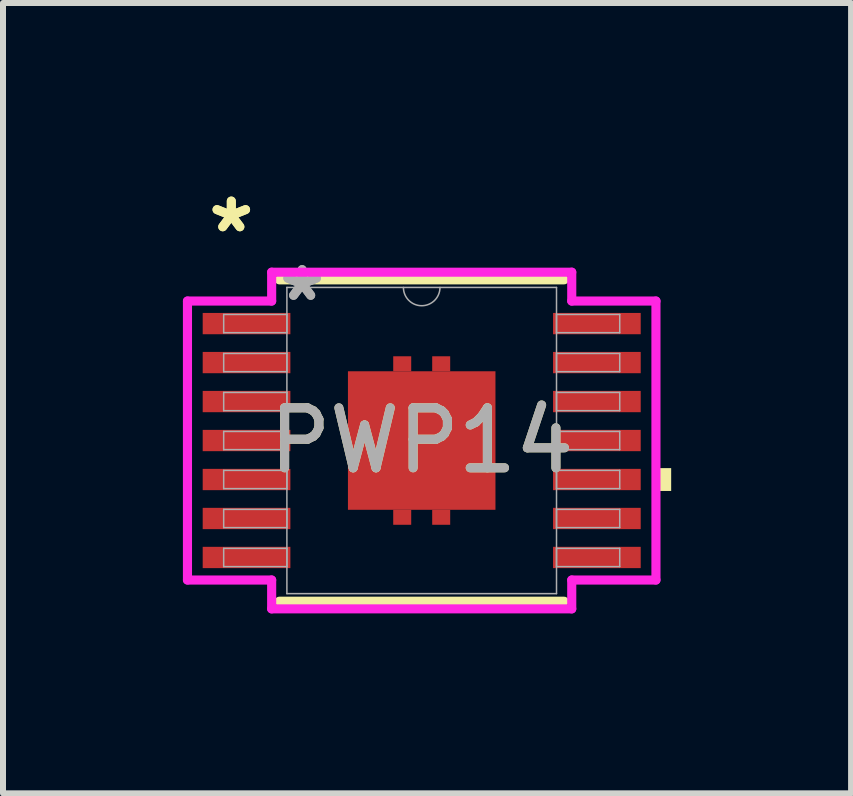
<source format=kicad_pcb>
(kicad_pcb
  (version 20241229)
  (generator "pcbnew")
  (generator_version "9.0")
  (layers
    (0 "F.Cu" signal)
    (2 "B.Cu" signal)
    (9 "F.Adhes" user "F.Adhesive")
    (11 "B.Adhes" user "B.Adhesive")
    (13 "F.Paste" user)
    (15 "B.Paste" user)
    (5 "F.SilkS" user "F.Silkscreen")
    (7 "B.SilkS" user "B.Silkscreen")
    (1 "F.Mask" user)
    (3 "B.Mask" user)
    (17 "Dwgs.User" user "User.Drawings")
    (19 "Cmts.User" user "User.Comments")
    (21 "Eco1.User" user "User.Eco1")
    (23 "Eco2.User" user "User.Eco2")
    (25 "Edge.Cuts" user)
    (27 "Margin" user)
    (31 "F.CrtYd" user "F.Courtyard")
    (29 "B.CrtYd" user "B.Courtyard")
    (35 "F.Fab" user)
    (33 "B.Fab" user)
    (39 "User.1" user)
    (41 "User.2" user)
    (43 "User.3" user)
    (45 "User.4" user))
  (footprint "PWP14"
    (layer "F.Cu")
    (at 3.982 4.296)
    (property "Reference" "PWP14" (at 0 0 0) (unlocked yes) (layer "F.SilkS") (effects (font (size 1 1) (thickness 0.15))))
    (attr smd)
    (fp_poly (pts (xy -0.175 -1.155) (xy -0.175 -1.405) (xy -0.475 -1.405) (xy -0.475 -1.155)) (stroke (width 0) (type solid)) (fill yes) (layer "F.Cu"))
    (fp_poly (pts (xy -0.175 1.155) (xy -0.175 1.405) (xy -0.475 1.405) (xy -0.475 1.155)) (stroke (width 0) (type solid)) (fill yes) (layer "F.Cu"))
    (fp_poly (pts (xy 0.175 -1.155) (xy 0.175 -1.405) (xy 0.475 -1.405) (xy 0.475 -1.155)) (stroke (width 0) (type solid)) (fill yes) (layer "F.Cu"))
    (fp_poly (pts (xy 0.175 1.155) (xy 0.175 1.405) (xy 0.475 1.405) (xy 0.475 1.155)) (stroke (width 0) (type solid)) (fill yes) (layer "F.Cu"))
    (fp_poly (pts (xy -0.175 -1.155) (xy -0.175 -1.405) (xy -0.475 -1.405) (xy -0.475 -1.155)) (stroke (width 0) (type solid)) (fill yes) (layer "F.Mask"))
    (fp_poly (pts (xy -0.175 1.155) (xy -0.175 1.405) (xy -0.475 1.405) (xy -0.475 1.155)) (stroke (width 0) (type solid)) (fill yes) (layer "F.Mask"))
    (fp_poly (pts (xy 0.175 -1.155) (xy 0.175 -1.405) (xy 0.475 -1.405) (xy 0.475 -1.155)) (stroke (width 0) (type solid)) (fill yes) (layer "F.Mask"))
    (fp_poly (pts (xy 0.175 1.155) (xy 0.175 1.405) (xy 0.475 1.405) (xy 0.475 1.155)) (stroke (width 0) (type solid)) (fill yes) (layer "F.Mask"))
    (fp_line (start -2.375 2.68) (end 2.375 2.68) (stroke (width 0.152) (type solid)) (layer "F.SilkS"))
    (fp_line (start 2.375 -2.68) (end -2.375 -2.68) (stroke (width 0.152) (type solid)) (layer "F.SilkS"))
    (fp_poly (pts (xy 4.16 0.46) (xy 4.16 0.841) (xy 3.906 0.841) (xy 3.906 0.46)) (stroke (width 0) (type solid)) (fill yes) (layer "F.SilkS"))
    (fp_line (start -3.906 -2.326) (end -2.502 -2.326) (stroke (width 0.152) (type solid)) (layer "F.CrtYd"))
    (fp_line (start -3.906 2.326) (end -3.906 -2.326) (stroke (width 0.152) (type solid)) (layer "F.CrtYd"))
    (fp_line (start -3.906 2.326) (end -2.502 2.326) (stroke (width 0.152) (type solid)) (layer "F.CrtYd"))
    (fp_line (start -2.502 -2.807) (end 2.502 -2.807) (stroke (width 0.152) (type solid)) (layer "F.CrtYd"))
    (fp_line (start -2.502 -2.326) (end -2.502 -2.807) (stroke (width 0.152) (type solid)) (layer "F.CrtYd"))
    (fp_line (start -2.502 2.807) (end -2.502 2.326) (stroke (width 0.152) (type solid)) (layer "F.CrtYd"))
    (fp_line (start 2.502 -2.807) (end 2.502 -2.326) (stroke (width 0.152) (type solid)) (layer "F.CrtYd"))
    (fp_line (start 2.502 2.326) (end 2.502 2.807) (stroke (width 0.152) (type solid)) (layer "F.CrtYd"))
    (fp_line (start 2.502 2.807) (end -2.502 2.807) (stroke (width 0.152) (type solid)) (layer "F.CrtYd"))
    (fp_line (start 3.906 -2.326) (end 2.502 -2.326) (stroke (width 0.152) (type solid)) (layer "F.CrtYd"))
    (fp_line (start 3.906 -2.326) (end 3.906 2.326) (stroke (width 0.152) (type solid)) (layer "F.CrtYd"))
    (fp_line (start 3.906 2.326) (end 2.502 2.326) (stroke (width 0.152) (type solid)) (layer "F.CrtYd"))
    (fp_line (start -3.302 -2.102) (end -3.302 -1.798) (stroke (width 0.025) (type solid)) (layer "F.Fab"))
    (fp_line (start -3.302 -1.798) (end -2.248 -1.798) (stroke (width 0.025) (type solid)) (layer "F.Fab"))
    (fp_line (start -3.302 -1.452) (end -3.302 -1.148) (stroke (width 0.025) (type solid)) (layer "F.Fab"))
    (fp_line (start -3.302 -1.148) (end -2.248 -1.148) (stroke (width 0.025) (type solid)) (layer "F.Fab"))
    (fp_line (start -3.302 -0.802) (end -3.302 -0.498) (stroke (width 0.025) (type solid)) (layer "F.Fab"))
    (fp_line (start -3.302 -0.498) (end -2.248 -0.498) (stroke (width 0.025) (type solid)) (layer "F.Fab"))
    (fp_line (start -3.302 -0.152) (end -3.302 0.152) (stroke (width 0.025) (type solid)) (layer "F.Fab"))
    (fp_line (start -3.302 0.152) (end -2.248 0.152) (stroke (width 0.025) (type solid)) (layer "F.Fab"))
    (fp_line (start -3.302 0.498) (end -3.302 0.802) (stroke (width 0.025) (type solid)) (layer "F.Fab"))
    (fp_line (start -3.302 0.802) (end -2.248 0.802) (stroke (width 0.025) (type solid)) (layer "F.Fab"))
    (fp_line (start -3.302 1.148) (end -3.302 1.452) (stroke (width 0.025) (type solid)) (layer "F.Fab"))
    (fp_line (start -3.302 1.452) (end -2.248 1.452) (stroke (width 0.025) (type solid)) (layer "F.Fab"))
    (fp_line (start -3.302 1.798) (end -3.302 2.102) (stroke (width 0.025) (type solid)) (layer "F.Fab"))
    (fp_line (start -3.302 2.102) (end -2.248 2.102) (stroke (width 0.025) (type solid)) (layer "F.Fab"))
    (fp_line (start -2.248 -2.553) (end -2.248 2.553) (stroke (width 0.025) (type solid)) (layer "F.Fab"))
    (fp_line (start -2.248 -2.102) (end -3.302 -2.102) (stroke (width 0.025) (type solid)) (layer "F.Fab"))
    (fp_line (start -2.248 -1.798) (end -2.248 -2.102) (stroke (width 0.025) (type solid)) (layer "F.Fab"))
    (fp_line (start -2.248 -1.452) (end -3.302 -1.452) (stroke (width 0.025) (type solid)) (layer "F.Fab"))
    (fp_line (start -2.248 -1.148) (end -2.248 -1.452) (stroke (width 0.025) (type solid)) (layer "F.Fab"))
    (fp_line (start -2.248 -0.802) (end -3.302 -0.802) (stroke (width 0.025) (type solid)) (layer "F.Fab"))
    (fp_line (start -2.248 -0.498) (end -2.248 -0.802) (stroke (width 0.025) (type solid)) (layer "F.Fab"))
    (fp_line (start -2.248 -0.152) (end -3.302 -0.152) (stroke (width 0.025) (type solid)) (layer "F.Fab"))
    (fp_line (start -2.248 0.152) (end -2.248 -0.152) (stroke (width 0.025) (type solid)) (layer "F.Fab"))
    (fp_line (start -2.248 0.498) (end -3.302 0.498) (stroke (width 0.025) (type solid)) (layer "F.Fab"))
    (fp_line (start -2.248 0.802) (end -2.248 0.498) (stroke (width 0.025) (type solid)) (layer "F.Fab"))
    (fp_line (start -2.248 1.148) (end -3.302 1.148) (stroke (width 0.025) (type solid)) (layer "F.Fab"))
    (fp_line (start -2.248 1.452) (end -2.248 1.148) (stroke (width 0.025) (type solid)) (layer "F.Fab"))
    (fp_line (start -2.248 1.798) (end -3.302 1.798) (stroke (width 0.025) (type solid)) (layer "F.Fab"))
    (fp_line (start -2.248 2.102) (end -2.248 1.798) (stroke (width 0.025) (type solid)) (layer "F.Fab"))
    (fp_line (start -2.248 2.553) (end 2.248 2.553) (stroke (width 0.025) (type solid)) (layer "F.Fab"))
    (fp_line (start 2.248 -2.553) (end -2.248 -2.553) (stroke (width 0.025) (type solid)) (layer "F.Fab"))
    (fp_line (start 2.248 -2.102) (end 2.248 -1.798) (stroke (width 0.025) (type solid)) (layer "F.Fab"))
    (fp_line (start 2.248 -1.798) (end 3.302 -1.798) (stroke (width 0.025) (type solid)) (layer "F.Fab"))
    (fp_line (start 2.248 -1.452) (end 2.248 -1.148) (stroke (width 0.025) (type solid)) (layer "F.Fab"))
    (fp_line (start 2.248 -1.148) (end 3.302 -1.148) (stroke (width 0.025) (type solid)) (layer "F.Fab"))
    (fp_line (start 2.248 -0.802) (end 2.248 -0.498) (stroke (width 0.025) (type solid)) (layer "F.Fab"))
    (fp_line (start 2.248 -0.498) (end 3.302 -0.498) (stroke (width 0.025) (type solid)) (layer "F.Fab"))
    (fp_line (start 2.248 -0.152) (end 2.248 0.152) (stroke (width 0.025) (type solid)) (layer "F.Fab"))
    (fp_line (start 2.248 0.152) (end 3.302 0.152) (stroke (width 0.025) (type solid)) (layer "F.Fab"))
    (fp_line (start 2.248 0.498) (end 2.248 0.802) (stroke (width 0.025) (type solid)) (layer "F.Fab"))
    (fp_line (start 2.248 0.802) (end 3.302 0.802) (stroke (width 0.025) (type solid)) (layer "F.Fab"))
    (fp_line (start 2.248 1.148) (end 2.248 1.452) (stroke (width 0.025) (type solid)) (layer "F.Fab"))
    (fp_line (start 2.248 1.452) (end 3.302 1.452) (stroke (width 0.025) (type solid)) (layer "F.Fab"))
    (fp_line (start 2.248 1.798) (end 2.248 2.102) (stroke (width 0.025) (type solid)) (layer "F.Fab"))
    (fp_line (start 2.248 2.102) (end 3.302 2.102) (stroke (width 0.025) (type solid)) (layer "F.Fab"))
    (fp_line (start 2.248 2.553) (end 2.248 -2.553) (stroke (width 0.025) (type solid)) (layer "F.Fab"))
    (fp_line (start 3.302 -2.102) (end 2.248 -2.102) (stroke (width 0.025) (type solid)) (layer "F.Fab"))
    (fp_line (start 3.302 -1.798) (end 3.302 -2.102) (stroke (width 0.025) (type solid)) (layer "F.Fab"))
    (fp_line (start 3.302 -1.452) (end 2.248 -1.452) (stroke (width 0.025) (type solid)) (layer "F.Fab"))
    (fp_line (start 3.302 -1.148) (end 3.302 -1.452) (stroke (width 0.025) (type solid)) (layer "F.Fab"))
    (fp_line (start 3.302 -0.802) (end 2.248 -0.802) (stroke (width 0.025) (type solid)) (layer "F.Fab"))
    (fp_line (start 3.302 -0.498) (end 3.302 -0.802) (stroke (width 0.025) (type solid)) (layer "F.Fab"))
    (fp_line (start 3.302 -0.152) (end 2.248 -0.152) (stroke (width 0.025) (type solid)) (layer "F.Fab"))
    (fp_line (start 3.302 0.152) (end 3.302 -0.152) (stroke (width 0.025) (type solid)) (layer "F.Fab"))
    (fp_line (start 3.302 0.498) (end 2.248 0.498) (stroke (width 0.025) (type solid)) (layer "F.Fab"))
    (fp_line (start 3.302 0.802) (end 3.302 0.498) (stroke (width 0.025) (type solid)) (layer "F.Fab"))
    (fp_line (start 3.302 1.148) (end 2.248 1.148) (stroke (width 0.025) (type solid)) (layer "F.Fab"))
    (fp_line (start 3.302 1.452) (end 3.302 1.148) (stroke (width 0.025) (type solid)) (layer "F.Fab"))
    (fp_line (start 3.302 1.798) (end 2.248 1.798) (stroke (width 0.025) (type solid)) (layer "F.Fab"))
    (fp_line (start 3.302 2.102) (end 3.302 1.798) (stroke (width 0.025) (type solid)) (layer "F.Fab"))
    (fp_arc (start 0.3048 -2.5527) (mid 0 -2.2479) (end -0.3048 -2.5527) (stroke (width 0.0254) (type solid)) (layer "F.Fab"))
    (fp_text user "*" (at -3.175 -3.448 0) (layer "F.SilkS") (effects (font (size 1 1) (thickness 0.15))))
    (fp_text user "*" (at -3.175 -3.448 0) (unlocked yes) (layer "F.SilkS") (effects (font (size 1 1) (thickness 0.15))))
    (fp_text user "${REFERENCE}" (at 0 0 0) (unlocked yes) (layer "F.Fab") (effects (font (size 1 1) (thickness 0.15))))
    (fp_text user "*" (at -1.994 -2.305 0) (unlocked yes) (layer "F.Fab") (effects (font (size 1 1) (thickness 0.15))))
    (fp_text user "*" (at -1.994 -2.305 0) (layer "F.Fab") (effects (font (size 1 1) (thickness 0.15))))
    (pad "1" smd rect (at -2.921 -1.95) (size 1.462 0.355) (layers "F.Cu" "F.Mask" "F.Paste"))
    (pad "2" smd rect (at -2.921 -1.3) (size 1.462 0.355) (layers "F.Cu" "F.Mask" "F.Paste"))
    (pad "3" smd rect (at -2.921 -0.65) (size 1.462 0.355) (layers "F.Cu" "F.Mask" "F.Paste"))
    (pad "4" smd rect (at -2.921 0) (size 1.462 0.355) (layers "F.Cu" "F.Mask" "F.Paste"))
    (pad "5" smd rect (at -2.921 0.65) (size 1.462 0.355) (layers "F.Cu" "F.Mask" "F.Paste"))
    (pad "6" smd rect (at -2.921 1.3) (size 1.462 0.355) (layers "F.Cu" "F.Mask" "F.Paste"))
    (pad "7" smd rect (at -2.921 1.95) (size 1.462 0.355) (layers "F.Cu" "F.Mask" "F.Paste"))
    (pad "8" smd rect (at 2.921 1.95) (size 1.462 0.355) (layers "F.Cu" "F.Mask" "F.Paste"))
    (pad "9" smd rect (at 2.921 1.3) (size 1.462 0.355) (layers "F.Cu" "F.Mask" "F.Paste"))
    (pad "10" smd rect (at 2.921 0.65) (size 1.462 0.355) (layers "F.Cu" "F.Mask" "F.Paste"))
    (pad "11" smd rect (at 2.921 0) (size 1.462 0.355) (layers "F.Cu" "F.Mask" "F.Paste"))
    (pad "12" smd rect (at 2.921 -0.65) (size 1.462 0.355) (layers "F.Cu" "F.Mask" "F.Paste"))
    (pad "13" smd rect (at 2.921 -1.3) (size 1.462 0.355) (layers "F.Cu" "F.Mask" "F.Paste"))
    (pad "14" smd rect (at 2.921 -1.95) (size 1.462 0.355) (layers "F.Cu" "F.Mask" "F.Paste"))
    (pad "15" smd rect (at 0 0) (size 2.46 2.31) (layers "F.Cu" "F.Mask" "F.Paste")))
  (gr_rect
    (start -3 -3)
    (end 11.142 10.179)
    (stroke (width 0.1) (type default))
    (fill no)
    (layer "Edge.Cuts")))
</source>
